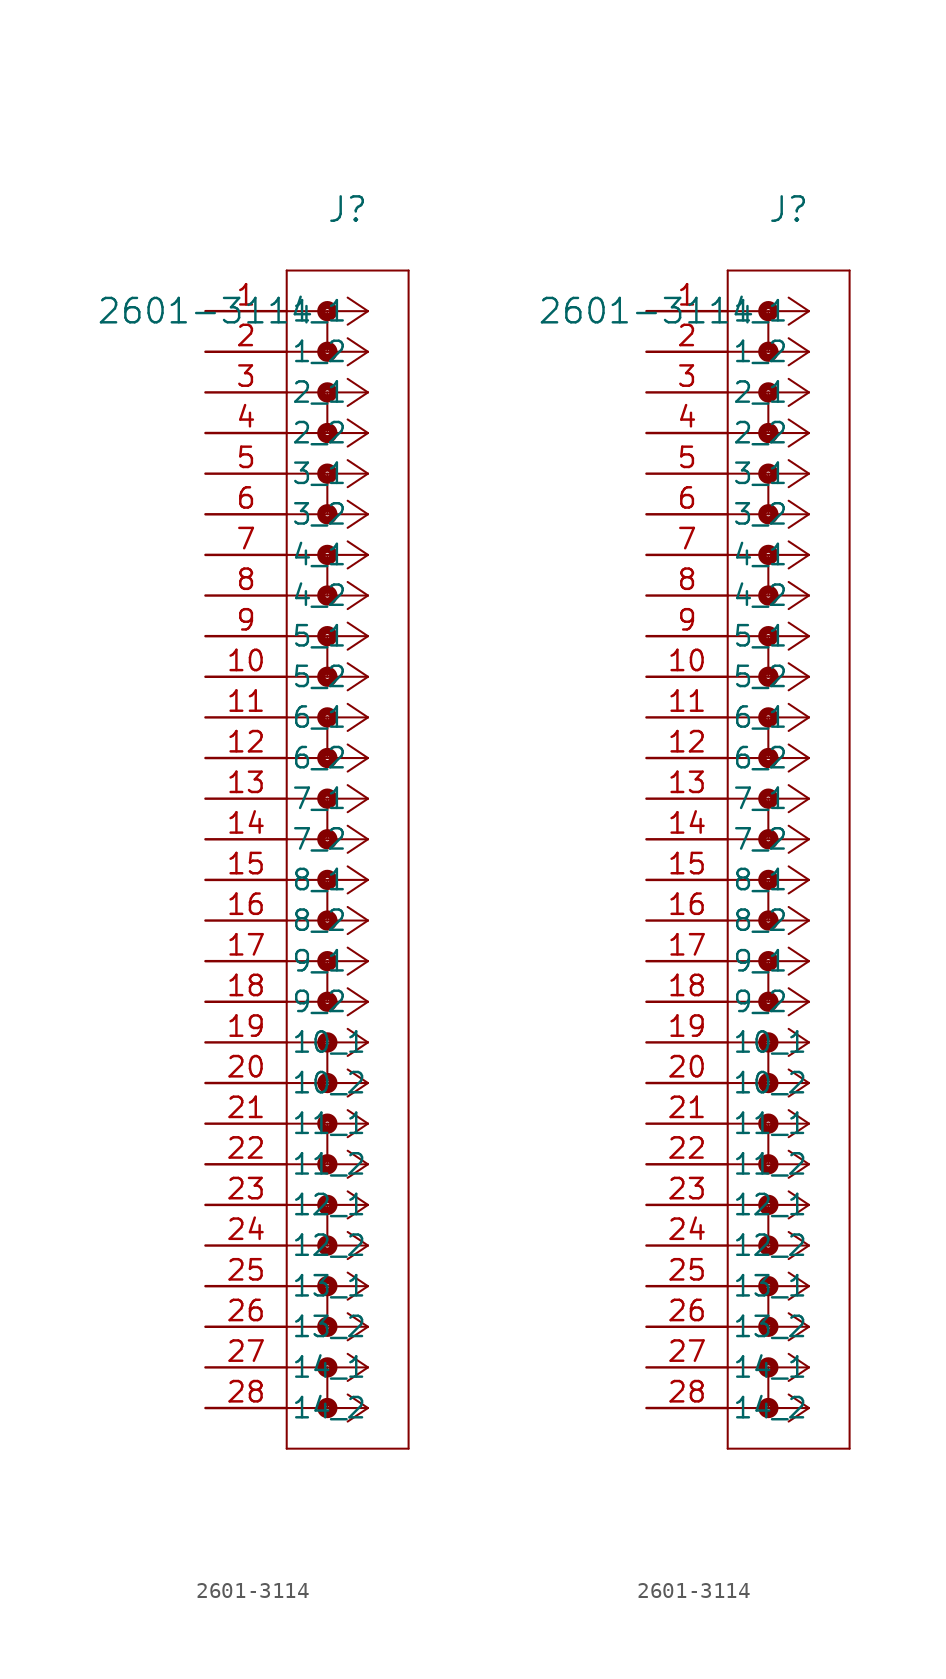
<source format=kicad_sym>
(kicad_symbol_lib
  (version 20231120)
  (generator "kicad_symbol_editor")
  (generator_version "8.0")
  (symbol "2601-3114"
    (pin_names
      (offset 0.254))
    (property "Reference" "J"
      (at 8.89 6.35 0)
      (effects (font (size 1.524 1.524))))
    (property "Value" "2601-3114"
      (at 0 0 0)
      (effects (font (size 1.524 1.524))))
    (symbol "2601-3114_1_1"
      (polyline (pts (xy 5.08 -71.12) (xy 12.7 -71.12)) (stroke (width 0.127) (type default)) (fill (type none)))
      (polyline (pts (xy 5.08 2.54) (xy 5.08 -71.12)) (stroke (width 0.127) (type default)) (fill (type none)))
      (polyline (pts (xy 7.62 -66.04) (xy 7.62 -68.58)) (stroke (width 0.127) (type default)) (fill (type none)))
      (polyline (pts (xy 7.62 -60.96) (xy 7.62 -63.5)) (stroke (width 0.127) (type default)) (fill (type none)))
      (polyline (pts (xy 7.62 -55.88) (xy 7.62 -58.42)) (stroke (width 0.127) (type default)) (fill (type none)))
      (polyline (pts (xy 7.62 -50.8) (xy 7.62 -53.34)) (stroke (width 0.127) (type default)) (fill (type none)))
      (polyline (pts (xy 7.62 -45.72) (xy 7.62 -48.26)) (stroke (width 0.127) (type default)) (fill (type none)))
      (polyline (pts (xy 7.62 -40.64) (xy 7.62 -43.18)) (stroke (width 0.127) (type default)) (fill (type none)))
      (polyline (pts (xy 7.62 -35.56) (xy 7.62 -38.1)) (stroke (width 0.127) (type default)) (fill (type none)))
      (polyline (pts (xy 7.62 -30.48) (xy 7.62 -33.02)) (stroke (width 0.127) (type default)) (fill (type none)))
      (polyline (pts (xy 7.62 -25.4) (xy 7.62 -27.94)) (stroke (width 0.127) (type default)) (fill (type none)))
      (polyline (pts (xy 7.62 -20.32) (xy 7.62 -22.86)) (stroke (width 0.127) (type default)) (fill (type none)))
      (polyline (pts (xy 7.62 -15.24) (xy 7.62 -17.78)) (stroke (width 0.127) (type default)) (fill (type none)))
      (polyline (pts (xy 7.62 -10.16) (xy 7.62 -12.7)) (stroke (width 0.127) (type default)) (fill (type none)))
      (polyline (pts (xy 7.62 -5.08) (xy 7.62 -7.62)) (stroke (width 0.127) (type default)) (fill (type none)))
      (polyline (pts (xy 7.62 0) (xy 7.62 -2.54)) (stroke (width 0.127) (type default)) (fill (type none)))
      (polyline (pts (xy 10.16 -68.58) (xy 5.08 -68.58)) (stroke (width 0.127) (type default)) (fill (type none)))
      (polyline (pts (xy 10.16 -68.58) (xy 8.89 -69.427)) (stroke (width 0.127) (type default)) (fill (type none)))
      (polyline (pts (xy 10.16 -68.58) (xy 8.89 -67.733)) (stroke (width 0.127) (type default)) (fill (type none)))
      (polyline (pts (xy 10.16 -66.04) (xy 5.08 -66.04)) (stroke (width 0.127) (type default)) (fill (type none)))
      (polyline (pts (xy 10.16 -66.04) (xy 8.89 -66.887)) (stroke (width 0.127) (type default)) (fill (type none)))
      (polyline (pts (xy 10.16 -66.04) (xy 8.89 -65.193)) (stroke (width 0.127) (type default)) (fill (type none)))
      (polyline (pts (xy 10.16 -63.5) (xy 5.08 -63.5)) (stroke (width 0.127) (type default)) (fill (type none)))
      (polyline (pts (xy 10.16 -63.5) (xy 8.89 -64.347)) (stroke (width 0.127) (type default)) (fill (type none)))
      (polyline (pts (xy 10.16 -63.5) (xy 8.89 -62.653)) (stroke (width 0.127) (type default)) (fill (type none)))
      (polyline (pts (xy 10.16 -60.96) (xy 5.08 -60.96)) (stroke (width 0.127) (type default)) (fill (type none)))
      (polyline (pts (xy 10.16 -60.96) (xy 8.89 -61.807)) (stroke (width 0.127) (type default)) (fill (type none)))
      (polyline (pts (xy 10.16 -60.96) (xy 8.89 -60.113)) (stroke (width 0.127) (type default)) (fill (type none)))
      (polyline (pts (xy 10.16 -58.42) (xy 5.08 -58.42)) (stroke (width 0.127) (type default)) (fill (type none)))
      (polyline (pts (xy 10.16 -58.42) (xy 8.89 -59.267)) (stroke (width 0.127) (type default)) (fill (type none)))
      (polyline (pts (xy 10.16 -58.42) (xy 8.89 -57.573)) (stroke (width 0.127) (type default)) (fill (type none)))
      (polyline (pts (xy 10.16 -55.88) (xy 5.08 -55.88)) (stroke (width 0.127) (type default)) (fill (type none)))
      (polyline (pts (xy 10.16 -55.88) (xy 8.89 -56.727)) (stroke (width 0.127) (type default)) (fill (type none)))
      (polyline (pts (xy 10.16 -55.88) (xy 8.89 -55.033)) (stroke (width 0.127) (type default)) (fill (type none)))
      (polyline (pts (xy 10.16 -53.34) (xy 5.08 -53.34)) (stroke (width 0.127) (type default)) (fill (type none)))
      (polyline (pts (xy 10.16 -53.34) (xy 8.89 -54.187)) (stroke (width 0.127) (type default)) (fill (type none)))
      (polyline (pts (xy 10.16 -53.34) (xy 8.89 -52.493)) (stroke (width 0.127) (type default)) (fill (type none)))
      (polyline (pts (xy 10.16 -50.8) (xy 5.08 -50.8)) (stroke (width 0.127) (type default)) (fill (type none)))
      (polyline (pts (xy 10.16 -50.8) (xy 8.89 -51.647)) (stroke (width 0.127) (type default)) (fill (type none)))
      (polyline (pts (xy 10.16 -50.8) (xy 8.89 -49.953)) (stroke (width 0.127) (type default)) (fill (type none)))
      (polyline (pts (xy 10.16 -48.26) (xy 5.08 -48.26)) (stroke (width 0.127) (type default)) (fill (type none)))
      (polyline (pts (xy 10.16 -48.26) (xy 8.89 -49.107)) (stroke (width 0.127) (type default)) (fill (type none)))
      (polyline (pts (xy 10.16 -48.26) (xy 8.89 -47.413)) (stroke (width 0.127) (type default)) (fill (type none)))
      (polyline (pts (xy 10.16 -45.72) (xy 5.08 -45.72)) (stroke (width 0.127) (type default)) (fill (type none)))
      (polyline (pts (xy 10.16 -45.72) (xy 8.89 -46.567)) (stroke (width 0.127) (type default)) (fill (type none)))
      (polyline (pts (xy 10.16 -45.72) (xy 8.89 -44.873)) (stroke (width 0.127) (type default)) (fill (type none)))
      (polyline (pts (xy 10.16 -43.18) (xy 5.08 -43.18)) (stroke (width 0.127) (type default)) (fill (type none)))
      (polyline (pts (xy 10.16 -43.18) (xy 8.89 -44.027)) (stroke (width 0.127) (type default)) (fill (type none)))
      (polyline (pts (xy 10.16 -43.18) (xy 8.89 -42.333)) (stroke (width 0.127) (type default)) (fill (type none)))
      (polyline (pts (xy 10.16 -40.64) (xy 5.08 -40.64)) (stroke (width 0.127) (type default)) (fill (type none)))
      (polyline (pts (xy 10.16 -40.64) (xy 8.89 -41.487)) (stroke (width 0.127) (type default)) (fill (type none)))
      (polyline (pts (xy 10.16 -40.64) (xy 8.89 -39.793)) (stroke (width 0.127) (type default)) (fill (type none)))
      (polyline (pts (xy 10.16 -38.1) (xy 5.08 -38.1)) (stroke (width 0.127) (type default)) (fill (type none)))
      (polyline (pts (xy 10.16 -38.1) (xy 8.89 -38.947)) (stroke (width 0.127) (type default)) (fill (type none)))
      (polyline (pts (xy 10.16 -38.1) (xy 8.89 -37.253)) (stroke (width 0.127) (type default)) (fill (type none)))
      (polyline (pts (xy 10.16 -35.56) (xy 5.08 -35.56)) (stroke (width 0.127) (type default)) (fill (type none)))
      (polyline (pts (xy 10.16 -35.56) (xy 8.89 -36.407)) (stroke (width 0.127) (type default)) (fill (type none)))
      (polyline (pts (xy 10.16 -35.56) (xy 8.89 -34.713)) (stroke (width 0.127) (type default)) (fill (type none)))
      (polyline (pts (xy 10.16 -33.02) (xy 5.08 -33.02)) (stroke (width 0.127) (type default)) (fill (type none)))
      (polyline (pts (xy 10.16 -33.02) (xy 8.89 -33.867)) (stroke (width 0.127) (type default)) (fill (type none)))
      (polyline (pts (xy 10.16 -33.02) (xy 8.89 -32.173)) (stroke (width 0.127) (type default)) (fill (type none)))
      (polyline (pts (xy 10.16 -30.48) (xy 5.08 -30.48)) (stroke (width 0.127) (type default)) (fill (type none)))
      (polyline (pts (xy 10.16 -30.48) (xy 8.89 -31.327)) (stroke (width 0.127) (type default)) (fill (type none)))
      (polyline (pts (xy 10.16 -30.48) (xy 8.89 -29.633)) (stroke (width 0.127) (type default)) (fill (type none)))
      (polyline (pts (xy 10.16 -27.94) (xy 5.08 -27.94)) (stroke (width 0.127) (type default)) (fill (type none)))
      (polyline (pts (xy 10.16 -27.94) (xy 8.89 -28.787)) (stroke (width 0.127) (type default)) (fill (type none)))
      (polyline (pts (xy 10.16 -27.94) (xy 8.89 -27.093)) (stroke (width 0.127) (type default)) (fill (type none)))
      (polyline (pts (xy 10.16 -25.4) (xy 5.08 -25.4)) (stroke (width 0.127) (type default)) (fill (type none)))
      (polyline (pts (xy 10.16 -25.4) (xy 8.89 -26.247)) (stroke (width 0.127) (type default)) (fill (type none)))
      (polyline (pts (xy 10.16 -25.4) (xy 8.89 -24.553)) (stroke (width 0.127) (type default)) (fill (type none)))
      (polyline (pts (xy 10.16 -22.86) (xy 5.08 -22.86)) (stroke (width 0.127) (type default)) (fill (type none)))
      (polyline (pts (xy 10.16 -22.86) (xy 8.89 -23.707)) (stroke (width 0.127) (type default)) (fill (type none)))
      (polyline (pts (xy 10.16 -22.86) (xy 8.89 -22.013)) (stroke (width 0.127) (type default)) (fill (type none)))
      (polyline (pts (xy 10.16 -20.32) (xy 5.08 -20.32)) (stroke (width 0.127) (type default)) (fill (type none)))
      (polyline (pts (xy 10.16 -20.32) (xy 8.89 -21.167)) (stroke (width 0.127) (type default)) (fill (type none)))
      (polyline (pts (xy 10.16 -20.32) (xy 8.89 -19.473)) (stroke (width 0.127) (type default)) (fill (type none)))
      (polyline (pts (xy 10.16 -17.78) (xy 5.08 -17.78)) (stroke (width 0.127) (type default)) (fill (type none)))
      (polyline (pts (xy 10.16 -17.78) (xy 8.89 -18.627)) (stroke (width 0.127) (type default)) (fill (type none)))
      (polyline (pts (xy 10.16 -17.78) (xy 8.89 -16.933)) (stroke (width 0.127) (type default)) (fill (type none)))
      (polyline (pts (xy 10.16 -15.24) (xy 5.08 -15.24)) (stroke (width 0.127) (type default)) (fill (type none)))
      (polyline (pts (xy 10.16 -15.24) (xy 8.89 -16.087)) (stroke (width 0.127) (type default)) (fill (type none)))
      (polyline (pts (xy 10.16 -15.24) (xy 8.89 -14.393)) (stroke (width 0.127) (type default)) (fill (type none)))
      (polyline (pts (xy 10.16 -12.7) (xy 5.08 -12.7)) (stroke (width 0.127) (type default)) (fill (type none)))
      (polyline (pts (xy 10.16 -12.7) (xy 8.89 -13.547)) (stroke (width 0.127) (type default)) (fill (type none)))
      (polyline (pts (xy 10.16 -12.7) (xy 8.89 -11.853)) (stroke (width 0.127) (type default)) (fill (type none)))
      (polyline (pts (xy 10.16 -10.16) (xy 5.08 -10.16)) (stroke (width 0.127) (type default)) (fill (type none)))
      (polyline (pts (xy 10.16 -10.16) (xy 8.89 -11.007)) (stroke (width 0.127) (type default)) (fill (type none)))
      (polyline (pts (xy 10.16 -10.16) (xy 8.89 -9.313)) (stroke (width 0.127) (type default)) (fill (type none)))
      (polyline (pts (xy 10.16 -7.62) (xy 5.08 -7.62)) (stroke (width 0.127) (type default)) (fill (type none)))
      (polyline (pts (xy 10.16 -7.62) (xy 8.89 -8.467)) (stroke (width 0.127) (type default)) (fill (type none)))
      (polyline (pts (xy 10.16 -7.62) (xy 8.89 -6.773)) (stroke (width 0.127) (type default)) (fill (type none)))
      (polyline (pts (xy 10.16 -5.08) (xy 5.08 -5.08)) (stroke (width 0.127) (type default)) (fill (type none)))
      (polyline (pts (xy 10.16 -5.08) (xy 8.89 -5.927)) (stroke (width 0.127) (type default)) (fill (type none)))
      (polyline (pts (xy 10.16 -5.08) (xy 8.89 -4.233)) (stroke (width 0.127) (type default)) (fill (type none)))
      (polyline (pts (xy 10.16 -2.54) (xy 5.08 -2.54)) (stroke (width 0.127) (type default)) (fill (type none)))
      (polyline (pts (xy 10.16 -2.54) (xy 8.89 -3.387)) (stroke (width 0.127) (type default)) (fill (type none)))
      (polyline (pts (xy 10.16 -2.54) (xy 8.89 -1.693)) (stroke (width 0.127) (type default)) (fill (type none)))
      (polyline (pts (xy 10.16 0) (xy 5.08 0)) (stroke (width 0.127) (type default)) (fill (type none)))
      (polyline (pts (xy 10.16 0) (xy 8.89 -0.847)) (stroke (width 0.127) (type default)) (fill (type none)))
      (polyline (pts (xy 10.16 0) (xy 8.89 0.847)) (stroke (width 0.127) (type default)) (fill (type none)))
      (polyline (pts (xy 12.7 -71.12) (xy 12.7 2.54)) (stroke (width 0.127) (type default)) (fill (type none)))
      (polyline (pts (xy 12.7 2.54) (xy 5.08 2.54)) (stroke (width 0.127) (type default)) (fill (type none)))
      (circle (center 7.62 -68.58) (radius 0.127) (stroke (width 0.508) (type default)) (fill (type none)))
      (circle (center 7.62 -66.04) (radius 0.127) (stroke (width 0.508) (type default)) (fill (type none)))
      (circle (center 7.62 -63.5) (radius 0.127) (stroke (width 0.508) (type default)) (fill (type none)))
      (circle (center 7.62 -60.96) (radius 0.127) (stroke (width 0.508) (type default)) (fill (type none)))
      (circle (center 7.62 -58.42) (radius 0.127) (stroke (width 0.508) (type default)) (fill (type none)))
      (circle (center 7.62 -55.88) (radius 0.127) (stroke (width 0.508) (type default)) (fill (type none)))
      (circle (center 7.62 -53.34) (radius 0.127) (stroke (width 0.508) (type default)) (fill (type none)))
      (circle (center 7.62 -50.8) (radius 0.127) (stroke (width 0.508) (type default)) (fill (type none)))
      (circle (center 7.62 -48.26) (radius 0.127) (stroke (width 0.508) (type default)) (fill (type none)))
      (circle (center 7.62 -45.72) (radius 0.127) (stroke (width 0.508) (type default)) (fill (type none)))
      (circle (center 7.62 -43.18) (radius 0.127) (stroke (width 0.508) (type default)) (fill (type none)))
      (circle (center 7.62 -40.64) (radius 0.127) (stroke (width 0.508) (type default)) (fill (type none)))
      (circle (center 7.62 -38.1) (radius 0.127) (stroke (width 0.508) (type default)) (fill (type none)))
      (circle (center 7.62 -35.56) (radius 0.127) (stroke (width 0.508) (type default)) (fill (type none)))
      (circle (center 7.62 -33.02) (radius 0.127) (stroke (width 0.508) (type default)) (fill (type none)))
      (circle (center 7.62 -30.48) (radius 0.127) (stroke (width 0.508) (type default)) (fill (type none)))
      (circle (center 7.62 -27.94) (radius 0.127) (stroke (width 0.508) (type default)) (fill (type none)))
      (circle (center 7.62 -25.4) (radius 0.127) (stroke (width 0.508) (type default)) (fill (type none)))
      (circle (center 7.62 -22.86) (radius 0.127) (stroke (width 0.508) (type default)) (fill (type none)))
      (circle (center 7.62 -20.32) (radius 0.127) (stroke (width 0.508) (type default)) (fill (type none)))
      (circle (center 7.62 -17.78) (radius 0.127) (stroke (width 0.508) (type default)) (fill (type none)))
      (circle (center 7.62 -15.24) (radius 0.127) (stroke (width 0.508) (type default)) (fill (type none)))
      (circle (center 7.62 -12.7) (radius 0.127) (stroke (width 0.508) (type default)) (fill (type none)))
      (circle (center 7.62 -10.16) (radius 0.127) (stroke (width 0.508) (type default)) (fill (type none)))
      (circle (center 7.62 -7.62) (radius 0.127) (stroke (width 0.508) (type default)) (fill (type none)))
      (circle (center 7.62 -5.08) (radius 0.127) (stroke (width 0.508) (type default)) (fill (type none)))
      (circle (center 7.62 -2.54) (radius 0.127) (stroke (width 0.508) (type default)) (fill (type none)))
      (circle (center 7.62 0) (radius 0.127) (stroke (width 0.508) (type default)) (fill (type none)))
      (pin unspecified line (at 0 0 0) (length 5.08) (name "1_1" (effects (font (size 1.27 1.27)))) (number "1" (effects (font (size 1.27 1.27)))))
      (pin unspecified line (at 0 -22.86 0) (length 5.08) (name "5_2" (effects (font (size 1.27 1.27)))) (number "10" (effects (font (size 1.27 1.27)))))
      (pin unspecified line (at 0 -25.4 0) (length 5.08) (name "6_1" (effects (font (size 1.27 1.27)))) (number "11" (effects (font (size 1.27 1.27)))))
      (pin unspecified line (at 0 -27.94 0) (length 5.08) (name "6_2" (effects (font (size 1.27 1.27)))) (number "12" (effects (font (size 1.27 1.27)))))
      (pin unspecified line (at 0 -30.48 0) (length 5.08) (name "7_1" (effects (font (size 1.27 1.27)))) (number "13" (effects (font (size 1.27 1.27)))))
      (pin unspecified line (at 0 -33.02 0) (length 5.08) (name "7_2" (effects (font (size 1.27 1.27)))) (number "14" (effects (font (size 1.27 1.27)))))
      (pin unspecified line (at 0 -35.56 0) (length 5.08) (name "8_1" (effects (font (size 1.27 1.27)))) (number "15" (effects (font (size 1.27 1.27)))))
      (pin unspecified line (at 0 -38.1 0) (length 5.08) (name "8_2" (effects (font (size 1.27 1.27)))) (number "16" (effects (font (size 1.27 1.27)))))
      (pin unspecified line (at 0 -40.64 0) (length 5.08) (name "9_1" (effects (font (size 1.27 1.27)))) (number "17" (effects (font (size 1.27 1.27)))))
      (pin unspecified line (at 0 -43.18 0) (length 5.08) (name "9_2" (effects (font (size 1.27 1.27)))) (number "18" (effects (font (size 1.27 1.27)))))
      (pin unspecified line (at 0 -45.72 0) (length 5.08) (name "10_1" (effects (font (size 1.27 1.27)))) (number "19" (effects (font (size 1.27 1.27)))))
      (pin unspecified line (at 0 -2.54 0) (length 5.08) (name "1_2" (effects (font (size 1.27 1.27)))) (number "2" (effects (font (size 1.27 1.27)))))
      (pin unspecified line (at 0 -48.26 0) (length 5.08) (name "10_2" (effects (font (size 1.27 1.27)))) (number "20" (effects (font (size 1.27 1.27)))))
      (pin unspecified line (at 0 -50.8 0) (length 5.08) (name "11_1" (effects (font (size 1.27 1.27)))) (number "21" (effects (font (size 1.27 1.27)))))
      (pin unspecified line (at 0 -53.34 0) (length 5.08) (name "11_2" (effects (font (size 1.27 1.27)))) (number "22" (effects (font (size 1.27 1.27)))))
      (pin unspecified line (at 0 -55.88 0) (length 5.08) (name "12_1" (effects (font (size 1.27 1.27)))) (number "23" (effects (font (size 1.27 1.27)))))
      (pin unspecified line (at 0 -58.42 0) (length 5.08) (name "12_2" (effects (font (size 1.27 1.27)))) (number "24" (effects (font (size 1.27 1.27)))))
      (pin unspecified line (at 0 -60.96 0) (length 5.08) (name "13_1" (effects (font (size 1.27 1.27)))) (number "25" (effects (font (size 1.27 1.27)))))
      (pin unspecified line (at 0 -63.5 0) (length 5.08) (name "13_2" (effects (font (size 1.27 1.27)))) (number "26" (effects (font (size 1.27 1.27)))))
      (pin unspecified line (at 0 -66.04 0) (length 5.08) (name "14_1" (effects (font (size 1.27 1.27)))) (number "27" (effects (font (size 1.27 1.27)))))
      (pin unspecified line (at 0 -68.58 0) (length 5.08) (name "14_2" (effects (font (size 1.27 1.27)))) (number "28" (effects (font (size 1.27 1.27)))))
      (pin unspecified line (at 0 -5.08 0) (length 5.08) (name "2_1" (effects (font (size 1.27 1.27)))) (number "3" (effects (font (size 1.27 1.27)))))
      (pin unspecified line (at 0 -7.62 0) (length 5.08) (name "2_2" (effects (font (size 1.27 1.27)))) (number "4" (effects (font (size 1.27 1.27)))))
      (pin unspecified line (at 0 -10.16 0) (length 5.08) (name "3_1" (effects (font (size 1.27 1.27)))) (number "5" (effects (font (size 1.27 1.27)))))
      (pin unspecified line (at 0 -12.7 0) (length 5.08) (name "3_2" (effects (font (size 1.27 1.27)))) (number "6" (effects (font (size 1.27 1.27)))))
      (pin unspecified line (at 0 -15.24 0) (length 5.08) (name "4_1" (effects (font (size 1.27 1.27)))) (number "7" (effects (font (size 1.27 1.27)))))
      (pin unspecified line (at 0 -17.78 0) (length 5.08) (name "4_2" (effects (font (size 1.27 1.27)))) (number "8" (effects (font (size 1.27 1.27)))))
      (pin unspecified line (at 0 -20.32 0) (length 5.08) (name "5_1" (effects (font (size 1.27 1.27)))) (number "9" (effects (font (size 1.27 1.27))))))
    (symbol "2601-3114_1_2"
      (polyline (pts (xy 5.08 -71.12) (xy 12.7 -71.12)) (stroke (width 0.127) (type default)) (fill (type none)))
      (polyline (pts (xy 5.08 2.54) (xy 5.08 -71.12)) (stroke (width 0.127) (type default)) (fill (type none)))
      (polyline (pts (xy 7.62 -66.04) (xy 7.62 -68.58)) (stroke (width 0.127) (type default)) (fill (type none)))
      (polyline (pts (xy 7.62 -60.96) (xy 7.62 -63.5)) (stroke (width 0.127) (type default)) (fill (type none)))
      (polyline (pts (xy 7.62 -55.88) (xy 7.62 -58.42)) (stroke (width 0.127) (type default)) (fill (type none)))
      (polyline (pts (xy 7.62 -50.8) (xy 7.62 -53.34)) (stroke (width 0.127) (type default)) (fill (type none)))
      (polyline (pts (xy 7.62 -45.72) (xy 7.62 -48.26)) (stroke (width 0.127) (type default)) (fill (type none)))
      (polyline (pts (xy 7.62 -40.64) (xy 7.62 -43.18)) (stroke (width 0.127) (type default)) (fill (type none)))
      (polyline (pts (xy 7.62 -35.56) (xy 7.62 -38.1)) (stroke (width 0.127) (type default)) (fill (type none)))
      (polyline (pts (xy 7.62 -30.48) (xy 7.62 -33.02)) (stroke (width 0.127) (type default)) (fill (type none)))
      (polyline (pts (xy 7.62 -25.4) (xy 7.62 -27.94)) (stroke (width 0.127) (type default)) (fill (type none)))
      (polyline (pts (xy 7.62 -20.32) (xy 7.62 -22.86)) (stroke (width 0.127) (type default)) (fill (type none)))
      (polyline (pts (xy 7.62 -15.24) (xy 7.62 -17.78)) (stroke (width 0.127) (type default)) (fill (type none)))
      (polyline (pts (xy 7.62 -10.16) (xy 7.62 -12.7)) (stroke (width 0.127) (type default)) (fill (type none)))
      (polyline (pts (xy 7.62 -5.08) (xy 7.62 -7.62)) (stroke (width 0.127) (type default)) (fill (type none)))
      (polyline (pts (xy 7.62 0) (xy 7.62 -2.54)) (stroke (width 0.127) (type default)) (fill (type none)))
      (polyline (pts (xy 10.16 -68.58) (xy 5.08 -68.58)) (stroke (width 0.127) (type default)) (fill (type none)))
      (polyline (pts (xy 10.16 -68.58) (xy 8.89 -69.427)) (stroke (width 0.127) (type default)) (fill (type none)))
      (polyline (pts (xy 10.16 -68.58) (xy 8.89 -67.733)) (stroke (width 0.127) (type default)) (fill (type none)))
      (polyline (pts (xy 10.16 -66.04) (xy 5.08 -66.04)) (stroke (width 0.127) (type default)) (fill (type none)))
      (polyline (pts (xy 10.16 -66.04) (xy 8.89 -66.887)) (stroke (width 0.127) (type default)) (fill (type none)))
      (polyline (pts (xy 10.16 -66.04) (xy 8.89 -65.193)) (stroke (width 0.127) (type default)) (fill (type none)))
      (polyline (pts (xy 10.16 -63.5) (xy 5.08 -63.5)) (stroke (width 0.127) (type default)) (fill (type none)))
      (polyline (pts (xy 10.16 -63.5) (xy 8.89 -64.347)) (stroke (width 0.127) (type default)) (fill (type none)))
      (polyline (pts (xy 10.16 -63.5) (xy 8.89 -62.653)) (stroke (width 0.127) (type default)) (fill (type none)))
      (polyline (pts (xy 10.16 -60.96) (xy 5.08 -60.96)) (stroke (width 0.127) (type default)) (fill (type none)))
      (polyline (pts (xy 10.16 -60.96) (xy 8.89 -61.807)) (stroke (width 0.127) (type default)) (fill (type none)))
      (polyline (pts (xy 10.16 -60.96) (xy 8.89 -60.113)) (stroke (width 0.127) (type default)) (fill (type none)))
      (polyline (pts (xy 10.16 -58.42) (xy 5.08 -58.42)) (stroke (width 0.127) (type default)) (fill (type none)))
      (polyline (pts (xy 10.16 -58.42) (xy 8.89 -59.267)) (stroke (width 0.127) (type default)) (fill (type none)))
      (polyline (pts (xy 10.16 -58.42) (xy 8.89 -57.573)) (stroke (width 0.127) (type default)) (fill (type none)))
      (polyline (pts (xy 10.16 -55.88) (xy 5.08 -55.88)) (stroke (width 0.127) (type default)) (fill (type none)))
      (polyline (pts (xy 10.16 -55.88) (xy 8.89 -56.727)) (stroke (width 0.127) (type default)) (fill (type none)))
      (polyline (pts (xy 10.16 -55.88) (xy 8.89 -55.033)) (stroke (width 0.127) (type default)) (fill (type none)))
      (polyline (pts (xy 10.16 -53.34) (xy 5.08 -53.34)) (stroke (width 0.127) (type default)) (fill (type none)))
      (polyline (pts (xy 10.16 -53.34) (xy 8.89 -54.187)) (stroke (width 0.127) (type default)) (fill (type none)))
      (polyline (pts (xy 10.16 -53.34) (xy 8.89 -52.493)) (stroke (width 0.127) (type default)) (fill (type none)))
      (polyline (pts (xy 10.16 -50.8) (xy 5.08 -50.8)) (stroke (width 0.127) (type default)) (fill (type none)))
      (polyline (pts (xy 10.16 -50.8) (xy 8.89 -51.647)) (stroke (width 0.127) (type default)) (fill (type none)))
      (polyline (pts (xy 10.16 -50.8) (xy 8.89 -49.953)) (stroke (width 0.127) (type default)) (fill (type none)))
      (polyline (pts (xy 10.16 -48.26) (xy 5.08 -48.26)) (stroke (width 0.127) (type default)) (fill (type none)))
      (polyline (pts (xy 10.16 -48.26) (xy 8.89 -49.107)) (stroke (width 0.127) (type default)) (fill (type none)))
      (polyline (pts (xy 10.16 -48.26) (xy 8.89 -47.413)) (stroke (width 0.127) (type default)) (fill (type none)))
      (polyline (pts (xy 10.16 -45.72) (xy 5.08 -45.72)) (stroke (width 0.127) (type default)) (fill (type none)))
      (polyline (pts (xy 10.16 -45.72) (xy 8.89 -46.567)) (stroke (width 0.127) (type default)) (fill (type none)))
      (polyline (pts (xy 10.16 -45.72) (xy 8.89 -44.873)) (stroke (width 0.127) (type default)) (fill (type none)))
      (polyline (pts (xy 10.16 -43.18) (xy 5.08 -43.18)) (stroke (width 0.127) (type default)) (fill (type none)))
      (polyline (pts (xy 10.16 -43.18) (xy 8.89 -44.027)) (stroke (width 0.127) (type default)) (fill (type none)))
      (polyline (pts (xy 10.16 -43.18) (xy 8.89 -42.333)) (stroke (width 0.127) (type default)) (fill (type none)))
      (polyline (pts (xy 10.16 -40.64) (xy 5.08 -40.64)) (stroke (width 0.127) (type default)) (fill (type none)))
      (polyline (pts (xy 10.16 -40.64) (xy 8.89 -41.487)) (stroke (width 0.127) (type default)) (fill (type none)))
      (polyline (pts (xy 10.16 -40.64) (xy 8.89 -39.793)) (stroke (width 0.127) (type default)) (fill (type none)))
      (polyline (pts (xy 10.16 -38.1) (xy 5.08 -38.1)) (stroke (width 0.127) (type default)) (fill (type none)))
      (polyline (pts (xy 10.16 -38.1) (xy 8.89 -38.947)) (stroke (width 0.127) (type default)) (fill (type none)))
      (polyline (pts (xy 10.16 -38.1) (xy 8.89 -37.253)) (stroke (width 0.127) (type default)) (fill (type none)))
      (polyline (pts (xy 10.16 -35.56) (xy 5.08 -35.56)) (stroke (width 0.127) (type default)) (fill (type none)))
      (polyline (pts (xy 10.16 -35.56) (xy 8.89 -36.407)) (stroke (width 0.127) (type default)) (fill (type none)))
      (polyline (pts (xy 10.16 -35.56) (xy 8.89 -34.713)) (stroke (width 0.127) (type default)) (fill (type none)))
      (polyline (pts (xy 10.16 -33.02) (xy 5.08 -33.02)) (stroke (width 0.127) (type default)) (fill (type none)))
      (polyline (pts (xy 10.16 -33.02) (xy 8.89 -33.867)) (stroke (width 0.127) (type default)) (fill (type none)))
      (polyline (pts (xy 10.16 -33.02) (xy 8.89 -32.173)) (stroke (width 0.127) (type default)) (fill (type none)))
      (polyline (pts (xy 10.16 -30.48) (xy 5.08 -30.48)) (stroke (width 0.127) (type default)) (fill (type none)))
      (polyline (pts (xy 10.16 -30.48) (xy 8.89 -31.327)) (stroke (width 0.127) (type default)) (fill (type none)))
      (polyline (pts (xy 10.16 -30.48) (xy 8.89 -29.633)) (stroke (width 0.127) (type default)) (fill (type none)))
      (polyline (pts (xy 10.16 -27.94) (xy 5.08 -27.94)) (stroke (width 0.127) (type default)) (fill (type none)))
      (polyline (pts (xy 10.16 -27.94) (xy 8.89 -28.787)) (stroke (width 0.127) (type default)) (fill (type none)))
      (polyline (pts (xy 10.16 -27.94) (xy 8.89 -27.093)) (stroke (width 0.127) (type default)) (fill (type none)))
      (polyline (pts (xy 10.16 -25.4) (xy 5.08 -25.4)) (stroke (width 0.127) (type default)) (fill (type none)))
      (polyline (pts (xy 10.16 -25.4) (xy 8.89 -26.247)) (stroke (width 0.127) (type default)) (fill (type none)))
      (polyline (pts (xy 10.16 -25.4) (xy 8.89 -24.553)) (stroke (width 0.127) (type default)) (fill (type none)))
      (polyline (pts (xy 10.16 -22.86) (xy 5.08 -22.86)) (stroke (width 0.127) (type default)) (fill (type none)))
      (polyline (pts (xy 10.16 -22.86) (xy 8.89 -23.707)) (stroke (width 0.127) (type default)) (fill (type none)))
      (polyline (pts (xy 10.16 -22.86) (xy 8.89 -22.013)) (stroke (width 0.127) (type default)) (fill (type none)))
      (polyline (pts (xy 10.16 -20.32) (xy 5.08 -20.32)) (stroke (width 0.127) (type default)) (fill (type none)))
      (polyline (pts (xy 10.16 -20.32) (xy 8.89 -21.167)) (stroke (width 0.127) (type default)) (fill (type none)))
      (polyline (pts (xy 10.16 -20.32) (xy 8.89 -19.473)) (stroke (width 0.127) (type default)) (fill (type none)))
      (polyline (pts (xy 10.16 -17.78) (xy 5.08 -17.78)) (stroke (width 0.127) (type default)) (fill (type none)))
      (polyline (pts (xy 10.16 -17.78) (xy 8.89 -18.627)) (stroke (width 0.127) (type default)) (fill (type none)))
      (polyline (pts (xy 10.16 -17.78) (xy 8.89 -16.933)) (stroke (width 0.127) (type default)) (fill (type none)))
      (polyline (pts (xy 10.16 -15.24) (xy 5.08 -15.24)) (stroke (width 0.127) (type default)) (fill (type none)))
      (polyline (pts (xy 10.16 -15.24) (xy 8.89 -16.087)) (stroke (width 0.127) (type default)) (fill (type none)))
      (polyline (pts (xy 10.16 -15.24) (xy 8.89 -14.393)) (stroke (width 0.127) (type default)) (fill (type none)))
      (polyline (pts (xy 10.16 -12.7) (xy 5.08 -12.7)) (stroke (width 0.127) (type default)) (fill (type none)))
      (polyline (pts (xy 10.16 -12.7) (xy 8.89 -13.547)) (stroke (width 0.127) (type default)) (fill (type none)))
      (polyline (pts (xy 10.16 -12.7) (xy 8.89 -11.853)) (stroke (width 0.127) (type default)) (fill (type none)))
      (polyline (pts (xy 10.16 -10.16) (xy 5.08 -10.16)) (stroke (width 0.127) (type default)) (fill (type none)))
      (polyline (pts (xy 10.16 -10.16) (xy 8.89 -11.007)) (stroke (width 0.127) (type default)) (fill (type none)))
      (polyline (pts (xy 10.16 -10.16) (xy 8.89 -9.313)) (stroke (width 0.127) (type default)) (fill (type none)))
      (polyline (pts (xy 10.16 -7.62) (xy 5.08 -7.62)) (stroke (width 0.127) (type default)) (fill (type none)))
      (polyline (pts (xy 10.16 -7.62) (xy 8.89 -8.467)) (stroke (width 0.127) (type default)) (fill (type none)))
      (polyline (pts (xy 10.16 -7.62) (xy 8.89 -6.773)) (stroke (width 0.127) (type default)) (fill (type none)))
      (polyline (pts (xy 10.16 -5.08) (xy 5.08 -5.08)) (stroke (width 0.127) (type default)) (fill (type none)))
      (polyline (pts (xy 10.16 -5.08) (xy 8.89 -5.927)) (stroke (width 0.127) (type default)) (fill (type none)))
      (polyline (pts (xy 10.16 -5.08) (xy 8.89 -4.233)) (stroke (width 0.127) (type default)) (fill (type none)))
      (polyline (pts (xy 10.16 -2.54) (xy 5.08 -2.54)) (stroke (width 0.127) (type default)) (fill (type none)))
      (polyline (pts (xy 10.16 -2.54) (xy 8.89 -3.387)) (stroke (width 0.127) (type default)) (fill (type none)))
      (polyline (pts (xy 10.16 -2.54) (xy 8.89 -1.693)) (stroke (width 0.127) (type default)) (fill (type none)))
      (polyline (pts (xy 10.16 0) (xy 5.08 0)) (stroke (width 0.127) (type default)) (fill (type none)))
      (polyline (pts (xy 10.16 0) (xy 8.89 -0.847)) (stroke (width 0.127) (type default)) (fill (type none)))
      (polyline (pts (xy 10.16 0) (xy 8.89 0.847)) (stroke (width 0.127) (type default)) (fill (type none)))
      (polyline (pts (xy 12.7 -71.12) (xy 12.7 2.54)) (stroke (width 0.127) (type default)) (fill (type none)))
      (polyline (pts (xy 12.7 2.54) (xy 5.08 2.54)) (stroke (width 0.127) (type default)) (fill (type none)))
      (circle (center 7.62 -68.58) (radius 0.127) (stroke (width 0.508) (type default)) (fill (type none)))
      (circle (center 7.62 -66.04) (radius 0.127) (stroke (width 0.508) (type default)) (fill (type none)))
      (circle (center 7.62 -63.5) (radius 0.127) (stroke (width 0.508) (type default)) (fill (type none)))
      (circle (center 7.62 -60.96) (radius 0.127) (stroke (width 0.508) (type default)) (fill (type none)))
      (circle (center 7.62 -58.42) (radius 0.127) (stroke (width 0.508) (type default)) (fill (type none)))
      (circle (center 7.62 -55.88) (radius 0.127) (stroke (width 0.508) (type default)) (fill (type none)))
      (circle (center 7.62 -53.34) (radius 0.127) (stroke (width 0.508) (type default)) (fill (type none)))
      (circle (center 7.62 -50.8) (radius 0.127) (stroke (width 0.508) (type default)) (fill (type none)))
      (circle (center 7.62 -48.26) (radius 0.127) (stroke (width 0.508) (type default)) (fill (type none)))
      (circle (center 7.62 -45.72) (radius 0.127) (stroke (width 0.508) (type default)) (fill (type none)))
      (circle (center 7.62 -43.18) (radius 0.127) (stroke (width 0.508) (type default)) (fill (type none)))
      (circle (center 7.62 -40.64) (radius 0.127) (stroke (width 0.508) (type default)) (fill (type none)))
      (circle (center 7.62 -38.1) (radius 0.127) (stroke (width 0.508) (type default)) (fill (type none)))
      (circle (center 7.62 -35.56) (radius 0.127) (stroke (width 0.508) (type default)) (fill (type none)))
      (circle (center 7.62 -33.02) (radius 0.127) (stroke (width 0.508) (type default)) (fill (type none)))
      (circle (center 7.62 -30.48) (radius 0.127) (stroke (width 0.508) (type default)) (fill (type none)))
      (circle (center 7.62 -27.94) (radius 0.127) (stroke (width 0.508) (type default)) (fill (type none)))
      (circle (center 7.62 -25.4) (radius 0.127) (stroke (width 0.508) (type default)) (fill (type none)))
      (circle (center 7.62 -22.86) (radius 0.127) (stroke (width 0.508) (type default)) (fill (type none)))
      (circle (center 7.62 -20.32) (radius 0.127) (stroke (width 0.508) (type default)) (fill (type none)))
      (circle (center 7.62 -17.78) (radius 0.127) (stroke (width 0.508) (type default)) (fill (type none)))
      (circle (center 7.62 -15.24) (radius 0.127) (stroke (width 0.508) (type default)) (fill (type none)))
      (circle (center 7.62 -12.7) (radius 0.127) (stroke (width 0.508) (type default)) (fill (type none)))
      (circle (center 7.62 -10.16) (radius 0.127) (stroke (width 0.508) (type default)) (fill (type none)))
      (circle (center 7.62 -7.62) (radius 0.127) (stroke (width 0.508) (type default)) (fill (type none)))
      (circle (center 7.62 -5.08) (radius 0.127) (stroke (width 0.508) (type default)) (fill (type none)))
      (circle (center 7.62 -2.54) (radius 0.127) (stroke (width 0.508) (type default)) (fill (type none)))
      (circle (center 7.62 0) (radius 0.127) (stroke (width 0.508) (type default)) (fill (type none)))
      (pin unspecified line (at 0 0 0) (length 5.08) (name "1_1" (effects (font (size 1.27 1.27)))) (number "1" (effects (font (size 1.27 1.27)))))
      (pin unspecified line (at 0 -22.86 0) (length 5.08) (name "5_2" (effects (font (size 1.27 1.27)))) (number "10" (effects (font (size 1.27 1.27)))))
      (pin unspecified line (at 0 -25.4 0) (length 5.08) (name "6_1" (effects (font (size 1.27 1.27)))) (number "11" (effects (font (size 1.27 1.27)))))
      (pin unspecified line (at 0 -27.94 0) (length 5.08) (name "6_2" (effects (font (size 1.27 1.27)))) (number "12" (effects (font (size 1.27 1.27)))))
      (pin unspecified line (at 0 -30.48 0) (length 5.08) (name "7_1" (effects (font (size 1.27 1.27)))) (number "13" (effects (font (size 1.27 1.27)))))
      (pin unspecified line (at 0 -33.02 0) (length 5.08) (name "7_2" (effects (font (size 1.27 1.27)))) (number "14" (effects (font (size 1.27 1.27)))))
      (pin unspecified line (at 0 -35.56 0) (length 5.08) (name "8_1" (effects (font (size 1.27 1.27)))) (number "15" (effects (font (size 1.27 1.27)))))
      (pin unspecified line (at 0 -38.1 0) (length 5.08) (name "8_2" (effects (font (size 1.27 1.27)))) (number "16" (effects (font (size 1.27 1.27)))))
      (pin unspecified line (at 0 -40.64 0) (length 5.08) (name "9_1" (effects (font (size 1.27 1.27)))) (number "17" (effects (font (size 1.27 1.27)))))
      (pin unspecified line (at 0 -43.18 0) (length 5.08) (name "9_2" (effects (font (size 1.27 1.27)))) (number "18" (effects (font (size 1.27 1.27)))))
      (pin unspecified line (at 0 -45.72 0) (length 5.08) (name "10_1" (effects (font (size 1.27 1.27)))) (number "19" (effects (font (size 1.27 1.27)))))
      (pin unspecified line (at 0 -2.54 0) (length 5.08) (name "1_2" (effects (font (size 1.27 1.27)))) (number "2" (effects (font (size 1.27 1.27)))))
      (pin unspecified line (at 0 -48.26 0) (length 5.08) (name "10_2" (effects (font (size 1.27 1.27)))) (number "20" (effects (font (size 1.27 1.27)))))
      (pin unspecified line (at 0 -50.8 0) (length 5.08) (name "11_1" (effects (font (size 1.27 1.27)))) (number "21" (effects (font (size 1.27 1.27)))))
      (pin unspecified line (at 0 -53.34 0) (length 5.08) (name "11_2" (effects (font (size 1.27 1.27)))) (number "22" (effects (font (size 1.27 1.27)))))
      (pin unspecified line (at 0 -55.88 0) (length 5.08) (name "12_1" (effects (font (size 1.27 1.27)))) (number "23" (effects (font (size 1.27 1.27)))))
      (pin unspecified line (at 0 -58.42 0) (length 5.08) (name "12_2" (effects (font (size 1.27 1.27)))) (number "24" (effects (font (size 1.27 1.27)))))
      (pin unspecified line (at 0 -60.96 0) (length 5.08) (name "13_1" (effects (font (size 1.27 1.27)))) (number "25" (effects (font (size 1.27 1.27)))))
      (pin unspecified line (at 0 -63.5 0) (length 5.08) (name "13_2" (effects (font (size 1.27 1.27)))) (number "26" (effects (font (size 1.27 1.27)))))
      (pin unspecified line (at 0 -66.04 0) (length 5.08) (name "14_1" (effects (font (size 1.27 1.27)))) (number "27" (effects (font (size 1.27 1.27)))))
      (pin unspecified line (at 0 -68.58 0) (length 5.08) (name "14_2" (effects (font (size 1.27 1.27)))) (number "28" (effects (font (size 1.27 1.27)))))
      (pin unspecified line (at 0 -5.08 0) (length 5.08) (name "2_1" (effects (font (size 1.27 1.27)))) (number "3" (effects (font (size 1.27 1.27)))))
      (pin unspecified line (at 0 -7.62 0) (length 5.08) (name "2_2" (effects (font (size 1.27 1.27)))) (number "4" (effects (font (size 1.27 1.27)))))
      (pin unspecified line (at 0 -10.16 0) (length 5.08) (name "3_1" (effects (font (size 1.27 1.27)))) (number "5" (effects (font (size 1.27 1.27)))))
      (pin unspecified line (at 0 -12.7 0) (length 5.08) (name "3_2" (effects (font (size 1.27 1.27)))) (number "6" (effects (font (size 1.27 1.27)))))
      (pin unspecified line (at 0 -15.24 0) (length 5.08) (name "4_1" (effects (font (size 1.27 1.27)))) (number "7" (effects (font (size 1.27 1.27)))))
      (pin unspecified line (at 0 -17.78 0) (length 5.08) (name "4_2" (effects (font (size 1.27 1.27)))) (number "8" (effects (font (size 1.27 1.27)))))
      (pin unspecified line (at 0 -20.32 0) (length 5.08) (name "5_1" (effects (font (size 1.27 1.27)))) (number "9" (effects (font (size 1.27 1.27))))))))
</source>
